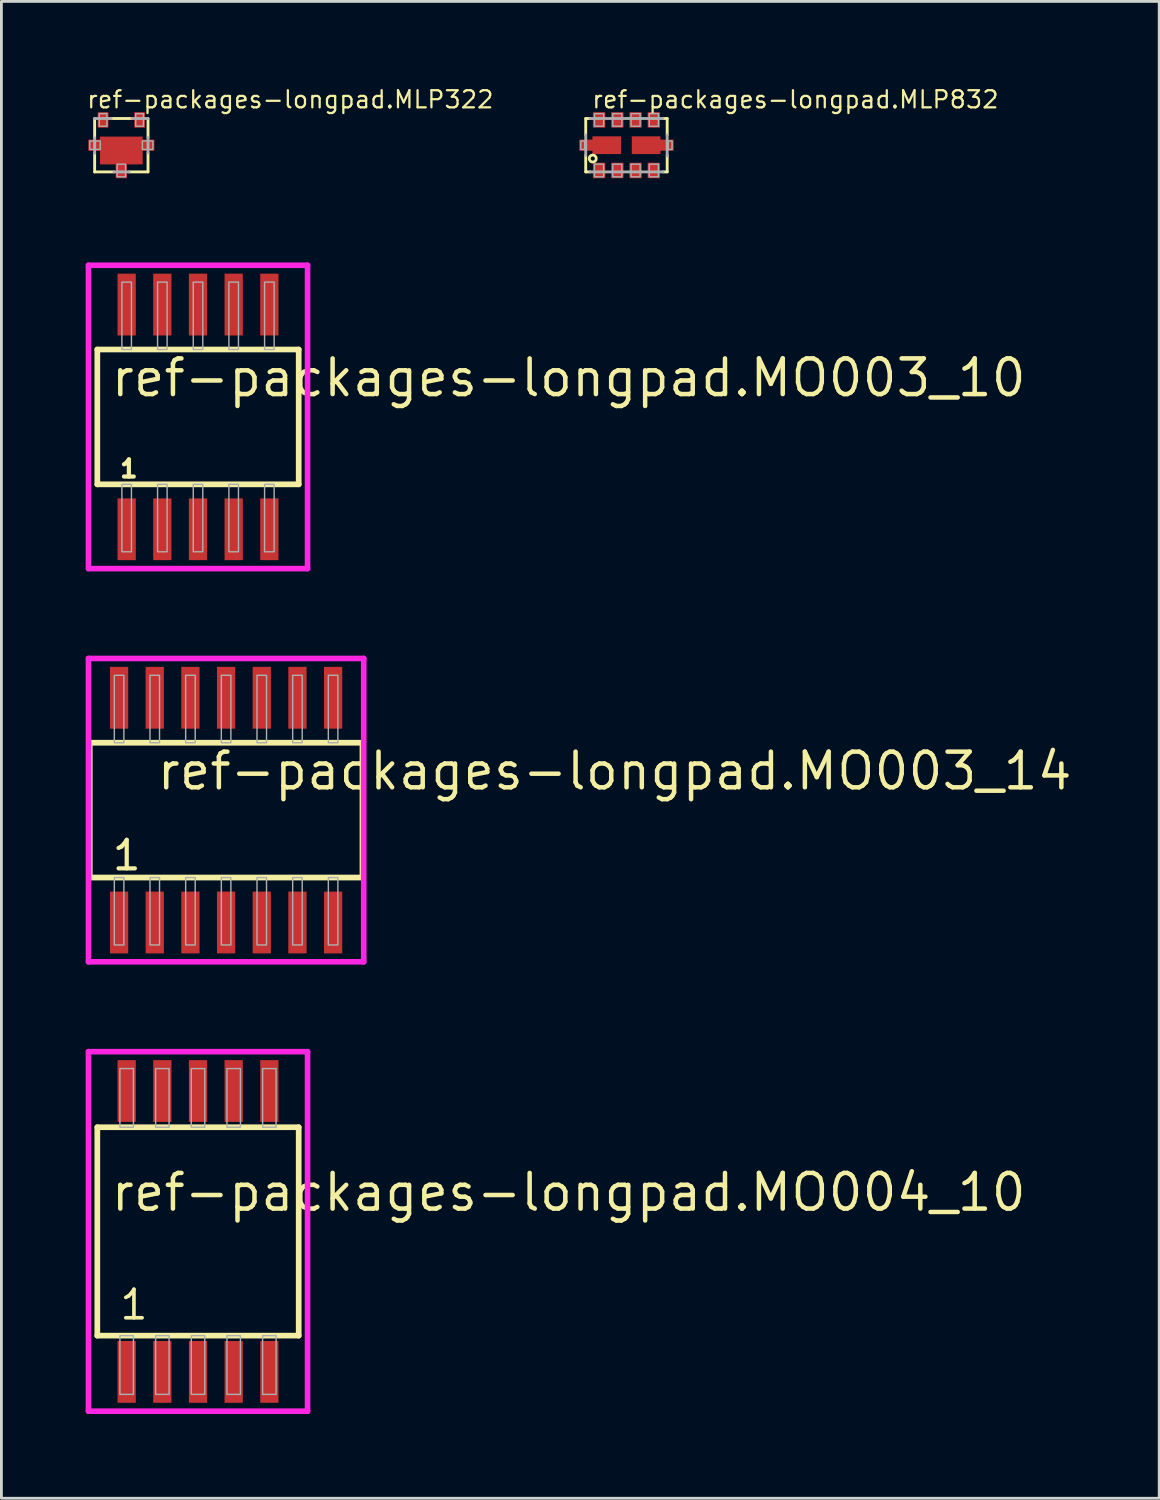
<source format=kicad_pcb>
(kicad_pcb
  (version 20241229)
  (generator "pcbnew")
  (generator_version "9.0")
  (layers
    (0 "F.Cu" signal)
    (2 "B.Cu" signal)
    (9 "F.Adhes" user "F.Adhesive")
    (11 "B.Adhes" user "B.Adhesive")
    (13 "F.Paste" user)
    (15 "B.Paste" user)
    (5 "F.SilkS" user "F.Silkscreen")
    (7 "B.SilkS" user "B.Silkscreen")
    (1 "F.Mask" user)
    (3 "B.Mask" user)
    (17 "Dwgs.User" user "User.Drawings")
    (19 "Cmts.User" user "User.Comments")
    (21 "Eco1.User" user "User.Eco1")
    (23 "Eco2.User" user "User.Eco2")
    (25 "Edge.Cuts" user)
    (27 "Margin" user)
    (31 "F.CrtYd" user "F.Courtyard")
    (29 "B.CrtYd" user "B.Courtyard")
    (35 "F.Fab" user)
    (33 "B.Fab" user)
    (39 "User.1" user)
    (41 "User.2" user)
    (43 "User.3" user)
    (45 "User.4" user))
  (footprint "ref-packages-longpad.MLP322"
    (layer "F.Cu")
    (at 1.27 2.12)
    (property "Reference" "ref-packages-longpad.MLP322" (at -1.27 -1.27 0) (layer "F.SilkS") (effects (font (size 0.61 0.61) (thickness 0.08)) (justify left bottom)))
    (attr smd)
    (fp_line (start -0.95 -0.263) (end -0.95 -0.95) (stroke (width 0.102) (type default)) (layer "F.SilkS"))
    (fp_line (start -0.95 0.95) (end -0.95 0.287) (stroke (width 0.102) (type default)) (layer "F.SilkS"))
    (fp_line (start -0.362 -0.95) (end 0.375 -0.95) (stroke (width 0.102) (type default)) (layer "F.SilkS"))
    (fp_line (start -0.263 0.95) (end -0.95 0.95) (stroke (width 0.102) (type default)) (layer "F.SilkS"))
    (fp_line (start 0.95 -0.95) (end 0.95 -0.275) (stroke (width 0.102) (type default)) (layer "F.SilkS"))
    (fp_line (start 0.95 0.275) (end 0.95 0.95) (stroke (width 0.102) (type default)) (layer "F.SilkS"))
    (fp_line (start 0.95 0.95) (end 0.275 0.95) (stroke (width 0.102) (type default)) (layer "F.SilkS"))
    (fp_line (start -0.95 -0.95) (end -0.362 -0.95) (stroke (width 0.102) (type default)) (layer "F.Fab"))
    (fp_line (start -0.95 0.287) (end -0.95 -0.263) (stroke (width 0.102) (type default)) (layer "F.Fab"))
    (fp_line (start 0.275 0.95) (end -0.263 0.95) (stroke (width 0.102) (type default)) (layer "F.Fab"))
    (fp_line (start 0.375 -0.95) (end 0.95 -0.95) (stroke (width 0.102) (type default)) (layer "F.Fab"))
    (fp_line (start 0.95 -0.275) (end 0.95 0.275) (stroke (width 0.102) (type default)) (layer "F.Fab"))
    (fp_rect (start -1.125 0.15) (end -0.75 -0.15) (stroke (width 0.05) (type default)) (fill no) (layer "F.Fab"))
    (fp_rect (start -0.787 -0.675) (end -0.512 -1.125) (stroke (width 0.05) (type default)) (fill no) (layer "F.Fab"))
    (fp_rect (start -0.15 1.125) (end 0.15 0.675) (stroke (width 0.05) (type default)) (fill no) (layer "F.Fab"))
    (fp_rect (start 0.512 -0.675) (end 0.787 -1.125) (stroke (width 0.05) (type default)) (fill no) (layer "F.Fab"))
    (fp_rect (start 0.75 0.15) (end 1.125 -0.15) (stroke (width 0.05) (type default)) (fill no) (layer "F.Fab"))
    (pad "B" smd roundrect (at 0.65 -0.9) (size 0.38 0.55) (layers "F.Cu" "F.Mask" "F.Paste") (roundrect_rratio 0.01))
    (pad "C" smd roundrect (at 0 0.188) (size 1.52 0.99) (layers "F.Cu" "F.Mask" "F.Paste") (roundrect_rratio 0.01))
    (pad "C@1" smd roundrect (at -0.938 0) (size 0.475 0.4) (layers "F.Cu" "F.Mask" "F.Paste") (roundrect_rratio 0.01))
    (pad "C@2" smd roundrect (at 0 0.875) (size 0.4 0.6) (layers "F.Cu" "F.Mask" "F.Paste") (roundrect_rratio 0.01))
    (pad "C@3" smd roundrect (at 0.938 0) (size 0.475 0.4) (layers "F.Cu" "F.Mask" "F.Paste") (roundrect_rratio 0.01))
    (pad "E" smd roundrect (at -0.65 -0.9) (size 0.38 0.55) (layers "F.Cu" "F.Mask" "F.Paste") (roundrect_rratio 0.01)))
  (footprint "ref-packages-longpad.MO003_14"
    (layer "F.Cu")
    (at 5 25.794)
    (property "Reference" "ref-packages-longpad.MO003_14" (at -2.54 -0.65 0) (layer "F.SilkS") (effects (font (size 1.27 1.27) (thickness 0.16)) (justify left bottom)))
    (attr smd)
    (fp_line (start -4.855 -2.4) (end 4.855 -2.4) (stroke (width 0.203) (type default)) (layer "F.SilkS"))
    (fp_line (start -4.855 2.4) (end -4.855 -2.4) (stroke (width 0.203) (type default)) (layer "F.SilkS"))
    (fp_line (start 4.855 -2.4) (end 4.855 2.4) (stroke (width 0.203) (type default)) (layer "F.SilkS"))
    (fp_line (start 4.855 2.4) (end -4.855 2.4) (stroke (width 0.203) (type default)) (layer "F.SilkS"))
    (fp_line (start -4.9 -5.4) (end 4.9 -5.4) (stroke (width 0.2) (type default)) (layer "F.CrtYd"))
    (fp_line (start -4.9 5.4) (end -4.9 -5.4) (stroke (width 0.2) (type default)) (layer "F.CrtYd"))
    (fp_line (start 4.9 -5.4) (end 4.9 5.4) (stroke (width 0.2) (type default)) (layer "F.CrtYd"))
    (fp_line (start 4.9 5.4) (end -4.9 5.4) (stroke (width 0.2) (type default)) (layer "F.CrtYd"))
    (fp_rect (start -3.98 -2.4) (end -3.64 -4.8) (stroke (width 0.05) (type default)) (fill no) (layer "F.Fab"))
    (fp_rect (start -3.98 4.8) (end -3.64 2.4) (stroke (width 0.05) (type default)) (fill no) (layer "F.Fab"))
    (fp_rect (start -2.71 -2.4) (end -2.37 -4.8) (stroke (width 0.05) (type default)) (fill no) (layer "F.Fab"))
    (fp_rect (start -2.71 4.8) (end -2.37 2.4) (stroke (width 0.05) (type default)) (fill no) (layer "F.Fab"))
    (fp_rect (start -1.44 -2.4) (end -1.1 -4.8) (stroke (width 0.05) (type default)) (fill no) (layer "F.Fab"))
    (fp_rect (start -1.44 4.8) (end -1.1 2.4) (stroke (width 0.05) (type default)) (fill no) (layer "F.Fab"))
    (fp_rect (start -0.17 -2.4) (end 0.17 -4.8) (stroke (width 0.05) (type default)) (fill no) (layer "F.Fab"))
    (fp_rect (start -0.17 4.8) (end 0.17 2.4) (stroke (width 0.05) (type default)) (fill no) (layer "F.Fab"))
    (fp_rect (start 1.1 -2.4) (end 1.44 -4.8) (stroke (width 0.05) (type default)) (fill no) (layer "F.Fab"))
    (fp_rect (start 1.1 4.8) (end 1.44 2.4) (stroke (width 0.05) (type default)) (fill no) (layer "F.Fab"))
    (fp_rect (start 2.37 -2.4) (end 2.71 -4.8) (stroke (width 0.05) (type default)) (fill no) (layer "F.Fab"))
    (fp_rect (start 2.37 4.8) (end 2.71 2.4) (stroke (width 0.05) (type default)) (fill no) (layer "F.Fab"))
    (fp_rect (start 3.64 -2.4) (end 3.98 -4.8) (stroke (width 0.05) (type default)) (fill no) (layer "F.Fab"))
    (fp_rect (start 3.64 4.8) (end 3.98 2.4) (stroke (width 0.05) (type default)) (fill no) (layer "F.Fab"))
    (fp_text user "1" (at -4.121 2.205 0) (layer "F.SilkS") (effects (font (size 1.016 1.016) (thickness 0.15)) (justify left bottom)))
    (pad "1" smd roundrect (at -3.81 4) (size 0.65 2.2) (layers "F.Cu" "F.Mask" "F.Paste") (roundrect_rratio 0.01))
    (pad "2" smd roundrect (at -2.54 4) (size 0.65 2.2) (layers "F.Cu" "F.Mask" "F.Paste") (roundrect_rratio 0.01))
    (pad "3" smd roundrect (at -1.27 4) (size 0.65 2.2) (layers "F.Cu" "F.Mask" "F.Paste") (roundrect_rratio 0.01))
    (pad "4" smd roundrect (at 0 4) (size 0.65 2.2) (layers "F.Cu" "F.Mask" "F.Paste") (roundrect_rratio 0.01))
    (pad "5" smd roundrect (at 1.27 4) (size 0.65 2.2) (layers "F.Cu" "F.Mask" "F.Paste") (roundrect_rratio 0.01))
    (pad "6" smd roundrect (at 2.54 4) (size 0.65 2.2) (layers "F.Cu" "F.Mask" "F.Paste") (roundrect_rratio 0.01))
    (pad "7" smd roundrect (at 3.81 4) (size 0.65 2.2) (layers "F.Cu" "F.Mask" "F.Paste") (roundrect_rratio 0.01))
    (pad "8" smd roundrect (at 3.81 -4) (size 0.65 2.2) (layers "F.Cu" "F.Mask" "F.Paste") (roundrect_rratio 0.01))
    (pad "9" smd roundrect (at 2.54 -4) (size 0.65 2.2) (layers "F.Cu" "F.Mask" "F.Paste") (roundrect_rratio 0.01))
    (pad "10" smd roundrect (at 1.27 -4) (size 0.65 2.2) (layers "F.Cu" "F.Mask" "F.Paste") (roundrect_rratio 0.01))
    (pad "11" smd roundrect (at 0 -4) (size 0.65 2.2) (layers "F.Cu" "F.Mask" "F.Paste") (roundrect_rratio 0.01))
    (pad "12" smd roundrect (at -1.27 -4) (size 0.65 2.2) (layers "F.Cu" "F.Mask" "F.Paste") (roundrect_rratio 0.01))
    (pad "13" smd roundrect (at -2.54 -4) (size 0.65 2.2) (layers "F.Cu" "F.Mask" "F.Paste") (roundrect_rratio 0.01))
    (pad "14" smd roundrect (at -3.81 -4) (size 0.65 2.2) (layers "F.Cu" "F.Mask" "F.Paste") (roundrect_rratio 0.01)))
  (footprint "ref-packages-longpad.MO004_10"
    (layer "F.Cu")
    (at 4 40.794)
    (property "Reference" "ref-packages-longpad.MO004_10" (at -3.175 -0.65 0) (layer "F.SilkS") (effects (font (size 1.27 1.27) (thickness 0.16)) (justify left bottom)))
    (attr smd)
    (fp_line (start -3.585 -3.71) (end 3.585 -3.71) (stroke (width 0.203) (type default)) (layer "F.SilkS"))
    (fp_line (start -3.585 3.71) (end -3.585 -3.71) (stroke (width 0.203) (type default)) (layer "F.SilkS"))
    (fp_line (start 3.585 -3.71) (end 3.585 3.71) (stroke (width 0.203) (type default)) (layer "F.SilkS"))
    (fp_line (start 3.585 3.71) (end -3.585 3.71) (stroke (width 0.203) (type default)) (layer "F.SilkS"))
    (fp_line (start -3.9 -6.4) (end 3.9 -6.4) (stroke (width 0.2) (type default)) (layer "F.CrtYd"))
    (fp_line (start -3.9 6.4) (end -3.9 -6.4) (stroke (width 0.2) (type default)) (layer "F.CrtYd"))
    (fp_line (start 3.9 -6.4) (end 3.9 6.4) (stroke (width 0.2) (type default)) (layer "F.CrtYd"))
    (fp_line (start 3.9 6.4) (end -3.9 6.4) (stroke (width 0.2) (type default)) (layer "F.CrtYd"))
    (fp_rect (start -2.78 -3.71) (end -2.3 -5.8) (stroke (width 0.05) (type default)) (fill no) (layer "F.Fab"))
    (fp_rect (start -2.78 5.8) (end -2.3 3.71) (stroke (width 0.05) (type default)) (fill no) (layer "F.Fab"))
    (fp_rect (start -1.51 -3.71) (end -1.03 -5.8) (stroke (width 0.05) (type default)) (fill no) (layer "F.Fab"))
    (fp_rect (start -1.51 5.8) (end -1.03 3.71) (stroke (width 0.05) (type default)) (fill no) (layer "F.Fab"))
    (fp_rect (start -0.24 -3.71) (end 0.24 -5.8) (stroke (width 0.05) (type default)) (fill no) (layer "F.Fab"))
    (fp_rect (start -0.24 5.8) (end 0.24 3.71) (stroke (width 0.05) (type default)) (fill no) (layer "F.Fab"))
    (fp_rect (start 1.03 -3.71) (end 1.51 -5.8) (stroke (width 0.05) (type default)) (fill no) (layer "F.Fab"))
    (fp_rect (start 1.03 5.8) (end 1.51 3.71) (stroke (width 0.05) (type default)) (fill no) (layer "F.Fab"))
    (fp_rect (start 2.3 -3.71) (end 2.78 -5.8) (stroke (width 0.05) (type default)) (fill no) (layer "F.Fab"))
    (fp_rect (start 2.3 5.8) (end 2.78 3.71) (stroke (width 0.05) (type default)) (fill no) (layer "F.Fab"))
    (fp_text user "1" (at -2.851 3.205 0) (layer "F.SilkS") (effects (font (size 1.016 1.016) (thickness 0.13)) (justify left bottom)))
    (pad "1" smd roundrect (at -2.54 5) (size 0.65 2.2) (layers "F.Cu" "F.Mask" "F.Paste") (roundrect_rratio 0.01))
    (pad "2" smd roundrect (at -1.27 5) (size 0.65 2.2) (layers "F.Cu" "F.Mask" "F.Paste") (roundrect_rratio 0.01))
    (pad "3" smd roundrect (at 0 5) (size 0.65 2.2) (layers "F.Cu" "F.Mask" "F.Paste") (roundrect_rratio 0.01))
    (pad "4" smd roundrect (at 1.27 5) (size 0.65 2.2) (layers "F.Cu" "F.Mask" "F.Paste") (roundrect_rratio 0.01))
    (pad "5" smd roundrect (at 2.54 5) (size 0.65 2.2) (layers "F.Cu" "F.Mask" "F.Paste") (roundrect_rratio 0.01))
    (pad "6" smd roundrect (at 2.54 -5) (size 0.65 2.2) (layers "F.Cu" "F.Mask" "F.Paste") (roundrect_rratio 0.01))
    (pad "7" smd roundrect (at 1.27 -5) (size 0.65 2.2) (layers "F.Cu" "F.Mask" "F.Paste") (roundrect_rratio 0.01))
    (pad "8" smd roundrect (at 0 -5) (size 0.65 2.2) (layers "F.Cu" "F.Mask" "F.Paste") (roundrect_rratio 0.01))
    (pad "9" smd roundrect (at -1.27 -5) (size 0.65 2.2) (layers "F.Cu" "F.Mask" "F.Paste") (roundrect_rratio 0.01))
    (pad "10" smd roundrect (at -2.54 -5) (size 0.65 2.2) (layers "F.Cu" "F.Mask" "F.Paste") (roundrect_rratio 0.01)))
  (footprint "ref-packages-longpad.MO003_10"
    (layer "F.Cu")
    (at 4 11.794)
    (property "Reference" "ref-packages-longpad.MO003_10" (at -3.175 -0.65 0) (layer "F.SilkS") (effects (font (size 1.27 1.27) (thickness 0.16)) (justify left bottom)))
    (attr smd)
    (fp_line (start -3.585 -2.4) (end 3.585 -2.4) (stroke (width 0.203) (type default)) (layer "F.SilkS"))
    (fp_line (start -3.585 2.4) (end -3.585 -2.4) (stroke (width 0.203) (type default)) (layer "F.SilkS"))
    (fp_line (start 3.585 -2.4) (end 3.585 2.4) (stroke (width 0.203) (type default)) (layer "F.SilkS"))
    (fp_line (start 3.585 2.4) (end -3.585 2.4) (stroke (width 0.203) (type default)) (layer "F.SilkS"))
    (fp_line (start -3.9 -5.4) (end 3.9 -5.4) (stroke (width 0.2) (type default)) (layer "F.CrtYd"))
    (fp_line (start -3.9 5.4) (end -3.9 -5.4) (stroke (width 0.2) (type default)) (layer "F.CrtYd"))
    (fp_line (start 3.9 -5.4) (end 3.9 5.4) (stroke (width 0.2) (type default)) (layer "F.CrtYd"))
    (fp_line (start 3.9 5.4) (end -3.9 5.4) (stroke (width 0.2) (type default)) (layer "F.CrtYd"))
    (fp_rect (start -2.71 -2.4) (end -2.37 -4.8) (stroke (width 0.05) (type default)) (fill no) (layer "F.Fab"))
    (fp_rect (start -2.71 4.8) (end -2.37 2.4) (stroke (width 0.05) (type default)) (fill no) (layer "F.Fab"))
    (fp_rect (start -1.44 -2.4) (end -1.1 -4.8) (stroke (width 0.05) (type default)) (fill no) (layer "F.Fab"))
    (fp_rect (start -1.44 4.8) (end -1.1 2.4) (stroke (width 0.05) (type default)) (fill no) (layer "F.Fab"))
    (fp_rect (start -0.17 -2.4) (end 0.17 -4.8) (stroke (width 0.05) (type default)) (fill no) (layer "F.Fab"))
    (fp_rect (start -0.17 4.8) (end 0.17 2.4) (stroke (width 0.05) (type default)) (fill no) (layer "F.Fab"))
    (fp_rect (start 1.1 -2.4) (end 1.44 -4.8) (stroke (width 0.05) (type default)) (fill no) (layer "F.Fab"))
    (fp_rect (start 1.1 4.8) (end 1.44 2.4) (stroke (width 0.05) (type default)) (fill no) (layer "F.Fab"))
    (fp_rect (start 2.37 -2.4) (end 2.71 -4.8) (stroke (width 0.05) (type default)) (fill no) (layer "F.Fab"))
    (fp_rect (start 2.37 4.8) (end 2.71 2.4) (stroke (width 0.05) (type default)) (fill no) (layer "F.Fab"))
    (fp_text user "1" (at -2.851 2.205 0) (layer "F.SilkS") (effects (font (size 0.61 0.61) (thickness 0.15)) (justify left bottom)))
    (pad "1" smd roundrect (at -2.54 4) (size 0.65 2.2) (layers "F.Cu" "F.Mask" "F.Paste") (roundrect_rratio 0.01))
    (pad "2" smd roundrect (at -1.27 4) (size 0.65 2.2) (layers "F.Cu" "F.Mask" "F.Paste") (roundrect_rratio 0.01))
    (pad "3" smd roundrect (at 0 4) (size 0.65 2.2) (layers "F.Cu" "F.Mask" "F.Paste") (roundrect_rratio 0.01))
    (pad "4" smd roundrect (at 1.27 4) (size 0.65 2.2) (layers "F.Cu" "F.Mask" "F.Paste") (roundrect_rratio 0.01))
    (pad "5" smd roundrect (at 2.54 4) (size 0.65 2.2) (layers "F.Cu" "F.Mask" "F.Paste") (roundrect_rratio 0.01))
    (pad "6" smd roundrect (at 2.54 -4) (size 0.65 2.2) (layers "F.Cu" "F.Mask" "F.Paste") (roundrect_rratio 0.01))
    (pad "7" smd roundrect (at 1.27 -4) (size 0.65 2.2) (layers "F.Cu" "F.Mask" "F.Paste") (roundrect_rratio 0.01))
    (pad "8" smd roundrect (at 0 -4) (size 0.65 2.2) (layers "F.Cu" "F.Mask" "F.Paste") (roundrect_rratio 0.01))
    (pad "9" smd roundrect (at -1.27 -4) (size 0.65 2.2) (layers "F.Cu" "F.Mask" "F.Paste") (roundrect_rratio 0.01))
    (pad "10" smd roundrect (at -2.54 -4) (size 0.65 2.2) (layers "F.Cu" "F.Mask" "F.Paste") (roundrect_rratio 0.01)))
  (footprint "ref-packages-longpad.MLP832"
    (layer "F.Cu")
    (at 19.254 2.12)
    (property "Reference" "ref-packages-longpad.MLP832" (at -1.27 -1.27 0) (layer "F.SilkS") (effects (font (size 0.61 0.61) (thickness 0.08)) (justify left bottom)))
    (attr smd)
    (fp_line (start -1.45 -0.95) (end -1.3 -0.95) (stroke (width 0.102) (type default)) (layer "F.SilkS"))
    (fp_line (start -1.45 -0.362) (end -1.45 -0.95) (stroke (width 0.102) (type default)) (layer "F.SilkS"))
    (fp_line (start -1.45 0.95) (end -1.45 0.362) (stroke (width 0.102) (type default)) (layer "F.SilkS"))
    (fp_line (start -1.3 0.95) (end -1.45 0.95) (stroke (width 0.102) (type default)) (layer "F.SilkS"))
    (fp_line (start 1.3 -0.95) (end 1.45 -0.95) (stroke (width 0.102) (type default)) (layer "F.SilkS"))
    (fp_line (start 1.45 -0.95) (end 1.45 -0.362) (stroke (width 0.102) (type default)) (layer "F.SilkS"))
    (fp_line (start 1.45 0.362) (end 1.45 0.95) (stroke (width 0.102) (type default)) (layer "F.SilkS"))
    (fp_line (start 1.45 0.95) (end 1.3 0.95) (stroke (width 0.102) (type default)) (layer "F.SilkS"))
    (fp_circle (center -1.2 0.475) (end -1.075 0.475) (stroke (width 0.1) (type default)) (fill no) (layer "F.SilkS"))
    (fp_line (start -1.45 0.362) (end -1.45 -0.362) (stroke (width 0.102) (type default)) (layer "F.Fab"))
    (fp_line (start -1.3 -0.95) (end 1.3 -0.95) (stroke (width 0.102) (type default)) (layer "F.Fab"))
    (fp_line (start 1.3 0.95) (end -1.3 0.95) (stroke (width 0.102) (type default)) (layer "F.Fab"))
    (fp_line (start 1.45 -0.362) (end 1.45 0.375) (stroke (width 0.102) (type default)) (layer "F.Fab"))
    (fp_rect (start -1.625 0.15) (end -1.488 -0.15) (stroke (width 0.05) (type default)) (fill no) (layer "F.Fab"))
    (fp_rect (start -1.137 -0.675) (end -0.812 -1.125) (stroke (width 0.05) (type default)) (fill no) (layer "F.Fab"))
    (fp_rect (start -1.137 1.125) (end -0.812 0.675) (stroke (width 0.05) (type default)) (fill no) (layer "F.Fab"))
    (fp_rect (start -0.487 -0.675) (end -0.163 -1.125) (stroke (width 0.05) (type default)) (fill no) (layer "F.Fab"))
    (fp_rect (start -0.487 1.125) (end -0.163 0.675) (stroke (width 0.05) (type default)) (fill no) (layer "F.Fab"))
    (fp_rect (start 0.163 -0.675) (end 0.487 -1.125) (stroke (width 0.05) (type default)) (fill no) (layer "F.Fab"))
    (fp_rect (start 0.163 1.125) (end 0.487 0.675) (stroke (width 0.05) (type default)) (fill no) (layer "F.Fab"))
    (fp_rect (start 0.812 -0.675) (end 1.137 -1.125) (stroke (width 0.05) (type default)) (fill no) (layer "F.Fab"))
    (fp_rect (start 0.812 1.125) (end 1.137 0.675) (stroke (width 0.05) (type default)) (fill no) (layer "F.Fab"))
    (fp_rect (start 1.488 0.15) (end 1.625 -0.15) (stroke (width 0.05) (type default)) (fill no) (layer "F.Fab"))
    (pad "1" smd roundrect (at -0.975 0.9) (size 0.44 0.55) (layers "F.Cu" "F.Mask" "F.Paste") (roundrect_rratio 0.01))
    (pad "2" smd roundrect (at -0.325 0.9) (size 0.44 0.55) (layers "F.Cu" "F.Mask" "F.Paste") (roundrect_rratio 0.01))
    (pad "3" smd roundrect (at 0.325 0.9) (size 0.44 0.55) (layers "F.Cu" "F.Mask" "F.Paste") (roundrect_rratio 0.01))
    (pad "4" smd roundrect (at 0.975 0.9) (size 0.44 0.55) (layers "F.Cu" "F.Mask" "F.Paste") (roundrect_rratio 0.01))
    (pad "5" smd roundrect (at 0.975 -0.9) (size 0.44 0.55) (layers "F.Cu" "F.Mask" "F.Paste") (roundrect_rratio 0.01))
    (pad "6" smd roundrect (at 0.325 -0.9) (size 0.44 0.55) (layers "F.Cu" "F.Mask" "F.Paste") (roundrect_rratio 0.01))
    (pad "7" smd roundrect (at -0.325 -0.9) (size 0.44 0.55) (layers "F.Cu" "F.Mask" "F.Paste") (roundrect_rratio 0.01))
    (pad "8" smd roundrect (at -0.975 -0.9) (size 0.44 0.55) (layers "F.Cu" "F.Mask" "F.Paste") (roundrect_rratio 0.01))
    (pad "F1" smd roundrect (at -0.7 0) (size 1.02 0.63) (layers "F.Cu" "F.Mask" "F.Paste") (roundrect_rratio 0.01))
    (pad "F1@1" smd roundrect (at -1.375 0) (size 0.61 0.4) (layers "F.Cu" "F.Mask" "F.Paste") (roundrect_rratio 0.01))
    (pad "F2" smd roundrect (at 0.7 0) (size 1.02 0.63) (layers "F.Cu" "F.Mask" "F.Paste") (roundrect_rratio 0.01))
    (pad "F2@2" smd roundrect (at 1.375 0) (size 0.61 0.4) (layers "F.Cu" "F.Mask" "F.Paste") (roundrect_rratio 0.01)))
  (gr_rect
    (start -3 -3)
    (end 38.222 50.294)
    (stroke (width 0.1) (type default))
    (fill no)
    (layer "Edge.Cuts")))
</source>
